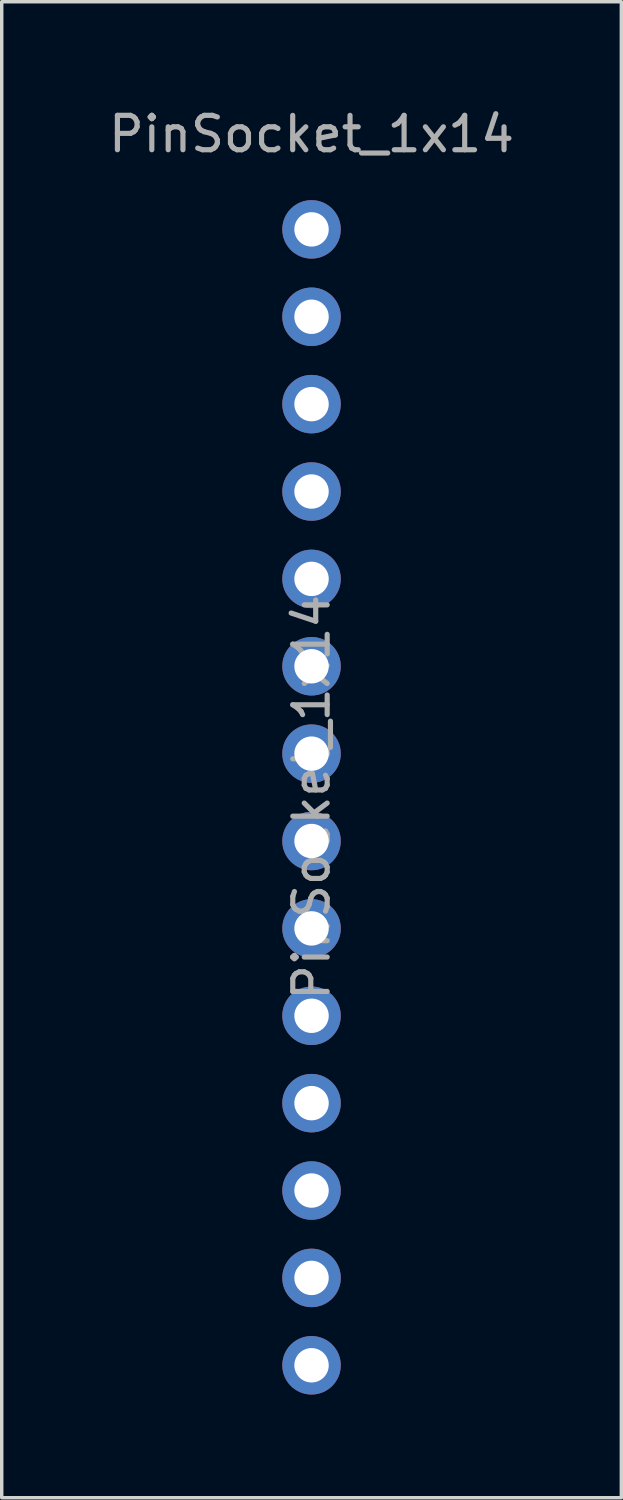
<source format=kicad_pcb>
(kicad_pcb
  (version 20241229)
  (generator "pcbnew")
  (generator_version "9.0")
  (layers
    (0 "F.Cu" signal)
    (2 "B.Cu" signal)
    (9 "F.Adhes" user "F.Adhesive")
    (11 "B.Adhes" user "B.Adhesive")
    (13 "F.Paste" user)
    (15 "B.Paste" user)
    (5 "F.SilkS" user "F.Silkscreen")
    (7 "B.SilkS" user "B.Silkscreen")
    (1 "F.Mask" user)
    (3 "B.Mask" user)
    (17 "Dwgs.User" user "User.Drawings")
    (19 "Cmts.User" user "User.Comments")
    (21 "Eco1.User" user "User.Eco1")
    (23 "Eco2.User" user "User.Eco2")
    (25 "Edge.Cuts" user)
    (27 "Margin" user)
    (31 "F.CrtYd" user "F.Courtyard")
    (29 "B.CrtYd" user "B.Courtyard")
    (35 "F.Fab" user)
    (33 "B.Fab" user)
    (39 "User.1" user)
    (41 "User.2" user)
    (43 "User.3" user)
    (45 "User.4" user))
  (footprint "PinSocket_1x14"
    (layer "F.Cu")
    (at 6.006 3.618)
    (property "Reference" "PinSocket_1x14" (at 0 -2.77 0) (layer "F.Fab") (effects (font (size 1 1) (thickness 0.15))))
    (attr through_hole)
    (fp_text user "${REFERENCE}" (at 0 16.51 90) (layer "F.Fab") (effects (font (size 1 1) (thickness 0.15))))
    (pad "1" thru_hole circle (at 0 0) (size 1.7 1.7) (drill 1) (layers "*.Cu" "*.Mask"))
    (pad "2" thru_hole oval (at 0 2.54) (size 1.7 1.7) (drill 1) (layers "*.Cu" "*.Mask"))
    (pad "3" thru_hole oval (at 0 5.08) (size 1.7 1.7) (drill 1) (layers "*.Cu" "*.Mask"))
    (pad "4" thru_hole oval (at 0 7.62) (size 1.7 1.7) (drill 1) (layers "*.Cu" "*.Mask"))
    (pad "5" thru_hole oval (at 0 10.16) (size 1.7 1.7) (drill 1) (layers "*.Cu" "*.Mask"))
    (pad "6" thru_hole oval (at 0 12.7) (size 1.7 1.7) (drill 1) (layers "*.Cu" "*.Mask"))
    (pad "7" thru_hole oval (at 0 15.24) (size 1.7 1.7) (drill 1) (layers "*.Cu" "*.Mask"))
    (pad "8" thru_hole oval (at 0 17.78) (size 1.7 1.7) (drill 1) (layers "*.Cu" "*.Mask"))
    (pad "9" thru_hole oval (at 0 20.32) (size 1.7 1.7) (drill 1) (layers "*.Cu" "*.Mask"))
    (pad "10" thru_hole oval (at 0 22.86) (size 1.7 1.7) (drill 1) (layers "*.Cu" "*.Mask"))
    (pad "11" thru_hole oval (at 0 25.4) (size 1.7 1.7) (drill 1) (layers "*.Cu" "*.Mask"))
    (pad "12" thru_hole oval (at 0 27.94) (size 1.7 1.7) (drill 1) (layers "*.Cu" "*.Mask"))
    (pad "13" thru_hole oval (at 0 30.48) (size 1.7 1.7) (drill 1) (layers "*.Cu" "*.Mask"))
    (pad "14" thru_hole oval (at 0 33.02) (size 1.7 1.7) (drill 1) (layers "*.Cu" "*.Mask")))
  (gr_rect
    (start -3 -3)
    (end 15.012 40.488)
    (stroke (width 0.1) (type default))
    (fill no)
    (layer "Edge.Cuts")))
</source>
